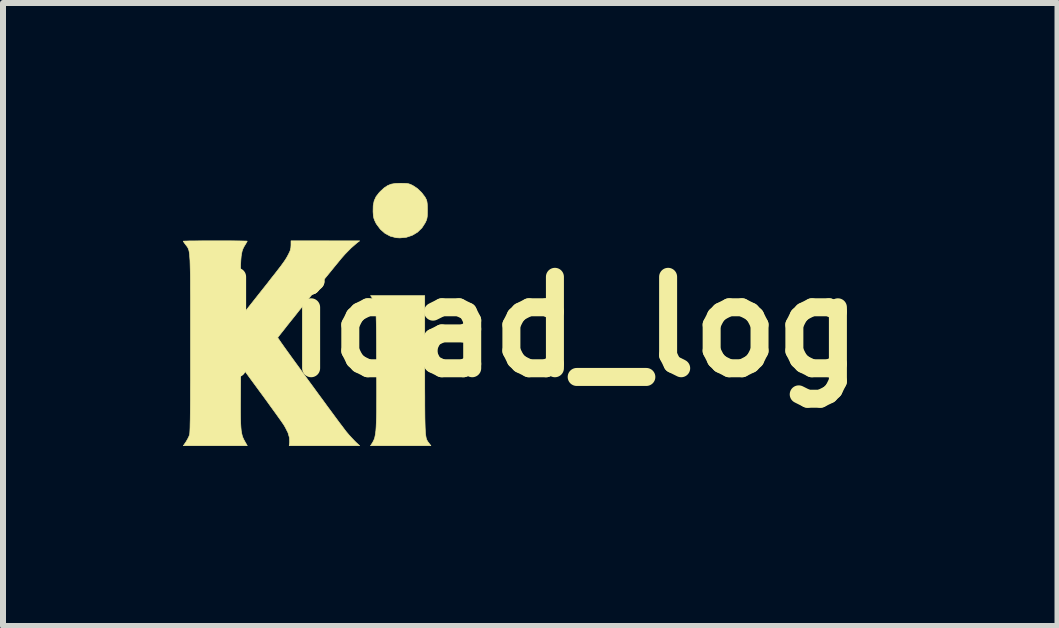
<source format=kicad_pcb>
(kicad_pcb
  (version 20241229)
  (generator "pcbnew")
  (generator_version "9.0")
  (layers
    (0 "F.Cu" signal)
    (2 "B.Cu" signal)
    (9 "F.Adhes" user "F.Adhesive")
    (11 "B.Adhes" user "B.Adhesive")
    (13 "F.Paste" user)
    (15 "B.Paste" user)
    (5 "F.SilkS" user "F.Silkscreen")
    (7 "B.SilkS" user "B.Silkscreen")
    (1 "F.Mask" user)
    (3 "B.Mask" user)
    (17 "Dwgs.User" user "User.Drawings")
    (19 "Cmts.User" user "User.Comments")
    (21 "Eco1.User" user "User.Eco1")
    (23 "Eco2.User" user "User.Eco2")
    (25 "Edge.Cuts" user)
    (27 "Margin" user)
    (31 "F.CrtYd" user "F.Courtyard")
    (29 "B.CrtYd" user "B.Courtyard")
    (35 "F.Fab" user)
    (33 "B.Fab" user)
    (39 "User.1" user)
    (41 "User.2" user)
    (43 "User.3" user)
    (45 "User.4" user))
  (footprint "kicad_log"
    (layer "F.Cu")
    (at 5.91 2.399)
    (property "Reference" "kicad_log" (at 0 0 0) (layer "F.SilkS") (effects (font (size 1.524 1.524) (thickness 0.3))))
    (attr through_hole)
    (fp_poly (pts (xy -2.224 -2.393) (xy -2.18 -2.391) (xy -2.146 -2.385) (xy -2.115 -2.374) (xy -2.079 -2.357) (xy -2.003 -2.307) (xy -1.933 -2.24) (xy -1.876 -2.165) (xy -1.865 -2.145) (xy -1.851 -2.117) (xy -1.843 -2.088) (xy -1.838 -2.052) (xy -1.836 -2.003) (xy -1.835 -1.949) (xy -1.836 -1.886) (xy -1.838 -1.84) (xy -1.844 -1.805) (xy -1.854 -1.774) (xy -1.87 -1.74) (xy -1.871 -1.737) (xy -1.927 -1.65) (xy -2.001 -1.578) (xy -2.089 -1.526) (xy -2.188 -1.493) (xy -2.294 -1.483) (xy -2.358 -1.487) (xy -2.454 -1.512) (xy -2.542 -1.559) (xy -2.619 -1.627) (xy -2.682 -1.711) (xy -2.693 -1.729) (xy -2.714 -1.773) (xy -2.728 -1.811) (xy -2.736 -1.852) (xy -2.74 -1.907) (xy -2.741 -1.924) (xy -2.739 -2.02) (xy -2.723 -2.101) (xy -2.691 -2.171) (xy -2.64 -2.237) (xy -2.617 -2.261) (xy -2.556 -2.317) (xy -2.499 -2.355) (xy -2.44 -2.379) (xy -2.37 -2.391) (xy -2.286 -2.394) (xy -2.224 -2.393)) (stroke (width 0.01) (type solid)) (fill yes) (layer "F.SilkS"))
    (fp_poly (pts (xy -2.331 -0.521) (xy -1.88 -0.521) (xy -1.88 0.83) (xy -1.88 1.009) (xy -1.879 1.166) (xy -1.879 1.302) (xy -1.878 1.42) (xy -1.877 1.52) (xy -1.875 1.604) (xy -1.873 1.674) (xy -1.87 1.732) (xy -1.867 1.778) (xy -1.862 1.816) (xy -1.857 1.845) (xy -1.851 1.868) (xy -1.843 1.887) (xy -1.835 1.903) (xy -1.825 1.918) (xy -1.814 1.932) (xy -1.81 1.937) (xy -1.777 1.981) (xy -2.784 1.981) (xy -2.761 1.946) (xy -2.747 1.924) (xy -2.735 1.901) (xy -2.724 1.877) (xy -2.714 1.849) (xy -2.707 1.815) (xy -2.7 1.775) (xy -2.694 1.726) (xy -2.69 1.666) (xy -2.687 1.595) (xy -2.684 1.51) (xy -2.682 1.41) (xy -2.682 1.293) (xy -2.681 1.157) (xy -2.681 1.001) (xy -2.682 0.823) (xy -2.683 0.621) (xy -2.683 0.61) (xy -2.684 0.427) (xy -2.684 0.269) (xy -2.685 0.132) (xy -2.686 0.015) (xy -2.688 -0.084) (xy -2.69 -0.166) (xy -2.692 -0.234) (xy -2.695 -0.289) (xy -2.699 -0.333) (xy -2.704 -0.368) (xy -2.71 -0.396) (xy -2.717 -0.418) (xy -2.725 -0.436) (xy -2.735 -0.453) (xy -2.746 -0.469) (xy -2.756 -0.483) (xy -2.783 -0.521) (xy -2.331 -0.521)) (stroke (width 0.01) (type solid)) (fill yes) (layer "F.SilkS"))
    (fp_poly (pts (xy -2.965 -1.434) (xy -3.01 -1.4) (xy -3.108 -1.315) (xy -3.21 -1.211) (xy -3.268 -1.145) (xy -3.296 -1.111) (xy -3.336 -1.062) (xy -3.387 -1) (xy -3.447 -0.926) (xy -3.514 -0.844) (xy -3.587 -0.754) (xy -3.664 -0.658) (xy -3.743 -0.56) (xy -3.823 -0.46) (xy -3.903 -0.36) (xy -3.981 -0.264) (xy -4.054 -0.171) (xy -4.123 -0.086) (xy -4.184 -0.009) (xy -4.236 0.058) (xy -4.279 0.112) (xy -4.31 0.151) (xy -4.327 0.174) (xy -4.331 0.18) (xy -4.323 0.192) (xy -4.302 0.222) (xy -4.269 0.27) (xy -4.225 0.332) (xy -4.172 0.406) (xy -4.11 0.492) (xy -4.042 0.586) (xy -3.968 0.687) (xy -3.891 0.794) (xy -3.812 0.903) (xy -3.731 1.013) (xy -3.651 1.123) (xy -3.572 1.23) (xy -3.497 1.333) (xy -3.426 1.429) (xy -3.362 1.516) (xy -3.305 1.593) (xy -3.256 1.657) (xy -3.218 1.708) (xy -3.192 1.742) (xy -3.183 1.753) (xy -3.139 1.805) (xy -3.091 1.857) (xy -3.049 1.901) (xy -3.029 1.921) (xy -2.965 1.981) (xy -3.552 1.981) (xy -4.139 1.981) (xy -4.132 1.921) (xy -4.135 1.848) (xy -4.159 1.765) (xy -4.206 1.672) (xy -4.233 1.627) (xy -4.253 1.598) (xy -4.286 1.551) (xy -4.331 1.488) (xy -4.384 1.414) (xy -4.446 1.329) (xy -4.512 1.237) (xy -4.582 1.141) (xy -4.619 1.091) (xy -4.947 0.644) (xy -4.95 1.161) (xy -4.951 1.304) (xy -4.951 1.424) (xy -4.95 1.524) (xy -4.948 1.606) (xy -4.944 1.673) (xy -4.939 1.729) (xy -4.931 1.774) (xy -4.922 1.813) (xy -4.91 1.847) (xy -4.895 1.879) (xy -4.877 1.913) (xy -4.876 1.914) (xy -4.838 1.981) (xy -5.904 1.981) (xy -5.86 1.917) (xy -5.833 1.871) (xy -5.81 1.824) (xy -5.801 1.799) (xy -5.798 1.786) (xy -5.796 1.762) (xy -5.794 1.727) (xy -5.792 1.679) (xy -5.791 1.618) (xy -5.789 1.542) (xy -5.788 1.45) (xy -5.787 1.341) (xy -5.786 1.213) (xy -5.786 1.066) (xy -5.785 0.898) (xy -5.785 0.708) (xy -5.785 0.495) (xy -5.785 0.279) (xy -5.785 0.049) (xy -5.785 -0.157) (xy -5.785 -0.34) (xy -5.785 -0.502) (xy -5.786 -0.645) (xy -5.786 -0.769) (xy -5.787 -0.876) (xy -5.789 -0.967) (xy -5.791 -1.045) (xy -5.793 -1.11) (xy -5.797 -1.163) (xy -5.8 -1.207) (xy -5.805 -1.242) (xy -5.81 -1.27) (xy -5.817 -1.292) (xy -5.824 -1.31) (xy -5.832 -1.325) (xy -5.841 -1.339) (xy -5.852 -1.353) (xy -5.863 -1.367) (xy -5.887 -1.399) (xy -5.902 -1.422) (xy -5.905 -1.429) (xy -5.893 -1.43) (xy -5.858 -1.431) (xy -5.803 -1.433) (xy -5.73 -1.433) (xy -5.643 -1.434) (xy -5.543 -1.435) (xy -5.433 -1.435) (xy -5.372 -1.435) (xy -5.258 -1.435) (xy -5.153 -1.435) (xy -5.059 -1.434) (xy -4.978 -1.433) (xy -4.913 -1.432) (xy -4.867 -1.431) (xy -4.842 -1.43) (xy -4.839 -1.429) (xy -4.845 -1.416) (xy -4.861 -1.389) (xy -4.876 -1.364) (xy -4.895 -1.333) (xy -4.91 -1.301) (xy -4.923 -1.266) (xy -4.932 -1.224) (xy -4.94 -1.175) (xy -4.945 -1.114) (xy -4.949 -1.039) (xy -4.95 -0.948) (xy -4.951 -0.838) (xy -4.951 -0.706) (xy -4.95 -0.644) (xy -4.947 -0.164) (xy -4.604 -0.598) (xy -4.514 -0.711) (xy -4.44 -0.807) (xy -4.377 -0.886) (xy -4.326 -0.952) (xy -4.285 -1.005) (xy -4.252 -1.05) (xy -4.226 -1.086) (xy -4.205 -1.117) (xy -4.188 -1.144) (xy -4.173 -1.17) (xy -4.159 -1.196) (xy -4.15 -1.213) (xy -4.124 -1.268) (xy -4.112 -1.318) (xy -4.109 -1.362) (xy -4.109 -1.435) (xy -2.965 -1.434)) (stroke (width 0.01) (type solid)) (fill yes) (layer "F.SilkS")))
  (gr_rect
    (start -3 -3)
    (end 14.578 7.385)
    (stroke (width 0.1) (type default))
    (fill no)
    (layer "Edge.Cuts")))
</source>
